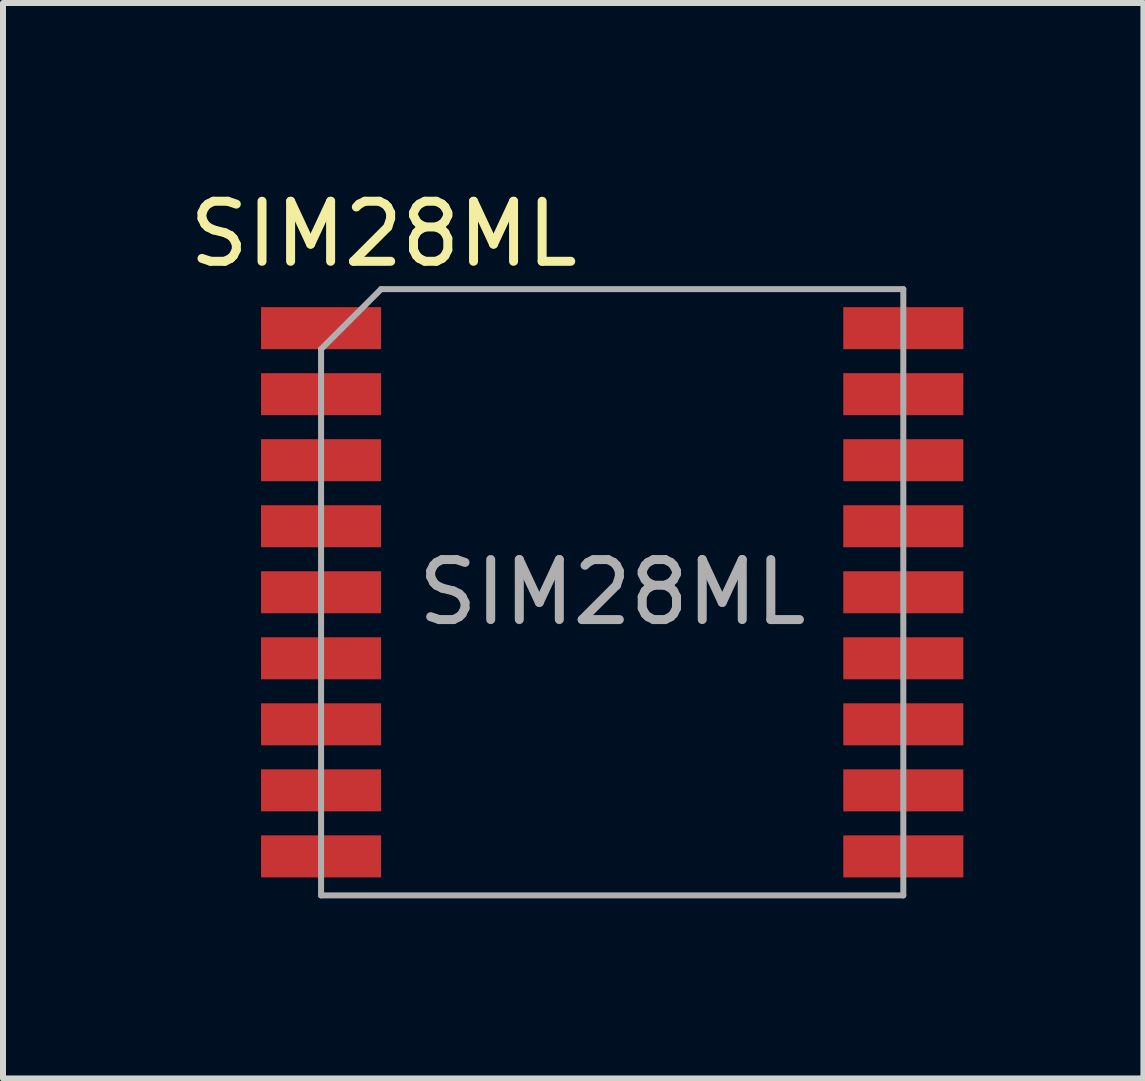
<source format=kicad_pcb>
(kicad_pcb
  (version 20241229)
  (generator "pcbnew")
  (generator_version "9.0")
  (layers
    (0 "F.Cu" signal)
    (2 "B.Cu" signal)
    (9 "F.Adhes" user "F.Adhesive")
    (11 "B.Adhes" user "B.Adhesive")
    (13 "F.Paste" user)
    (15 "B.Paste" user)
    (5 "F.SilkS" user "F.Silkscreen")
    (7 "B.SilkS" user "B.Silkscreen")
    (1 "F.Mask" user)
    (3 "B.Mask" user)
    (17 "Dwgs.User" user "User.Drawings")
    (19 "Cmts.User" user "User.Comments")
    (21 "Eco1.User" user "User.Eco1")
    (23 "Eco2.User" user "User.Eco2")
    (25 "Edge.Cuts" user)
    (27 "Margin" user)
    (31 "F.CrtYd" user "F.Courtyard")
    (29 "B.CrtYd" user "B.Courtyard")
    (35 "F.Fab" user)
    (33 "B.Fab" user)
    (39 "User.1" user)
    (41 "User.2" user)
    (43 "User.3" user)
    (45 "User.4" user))
  (footprint "SIM28ML"
    (layer "F.Cu")
    (at 7.149 6.817)
    (property "Reference" "SIM28ML" (at -3.81 -5.969 0) (layer "F.SilkS") (effects (font (size 1 1) (thickness 0.15))))
    (attr smd)
    (fp_line (start -4.85 5.05) (end -4.85 -4.05) (stroke (width 0.1) (type solid)) (layer "F.Fab"))
    (fp_line (start -3.85 -5.05) (end -4.85 -4.05) (stroke (width 0.1) (type solid)) (layer "F.Fab"))
    (fp_line (start -3.85 -5.05) (end 4.85 -5.05) (stroke (width 0.1) (type solid)) (layer "F.Fab"))
    (fp_line (start 4.85 -5.05) (end 4.85 5.05) (stroke (width 0.1) (type solid)) (layer "F.Fab"))
    (fp_line (start 4.85 5.05) (end -4.85 5.05) (stroke (width 0.1) (type solid)) (layer "F.Fab"))
    (fp_text user "${REFERENCE}" (at 0 0 0) (layer "F.Fab") (effects (font (size 1 1) (thickness 0.15))))
    (pad "1" smd rect (at -4.85 -4.4) (size 2 0.7) (layers "F.Cu" "F.Mask" "F.Paste"))
    (pad "2" smd rect (at -4.85 -3.3) (size 2 0.7) (layers "F.Cu" "F.Mask" "F.Paste"))
    (pad "3" smd rect (at -4.85 -2.2) (size 2 0.7) (layers "F.Cu" "F.Mask" "F.Paste"))
    (pad "4" smd rect (at -4.85 -1.1) (size 2 0.7) (layers "F.Cu" "F.Mask" "F.Paste"))
    (pad "5" smd rect (at -4.85 0) (size 2 0.7) (layers "F.Cu" "F.Mask" "F.Paste"))
    (pad "6" smd rect (at -4.85 1.1) (size 2 0.7) (layers "F.Cu" "F.Mask" "F.Paste"))
    (pad "7" smd rect (at -4.85 2.2) (size 2 0.7) (layers "F.Cu" "F.Mask" "F.Paste"))
    (pad "8" smd rect (at -4.85 3.3) (size 2 0.7) (layers "F.Cu" "F.Mask" "F.Paste"))
    (pad "9" smd rect (at -4.85 4.4) (size 2 0.7) (layers "F.Cu" "F.Mask" "F.Paste"))
    (pad "10" smd rect (at 4.85 4.4) (size 2 0.7) (layers "F.Cu" "F.Mask" "F.Paste"))
    (pad "11" smd rect (at 4.85 3.3) (size 2 0.7) (layers "F.Cu" "F.Mask" "F.Paste"))
    (pad "12" smd rect (at 4.85 2.2) (size 2 0.7) (layers "F.Cu" "F.Mask" "F.Paste"))
    (pad "13" smd rect (at 4.85 1.1) (size 2 0.7) (layers "F.Cu" "F.Mask" "F.Paste"))
    (pad "14" smd rect (at 4.85 0) (size 2 0.7) (layers "F.Cu" "F.Mask" "F.Paste"))
    (pad "15" smd rect (at 4.85 -1.1) (size 2 0.7) (layers "F.Cu" "F.Mask" "F.Paste"))
    (pad "16" smd rect (at 4.85 -2.2) (size 2 0.7) (layers "F.Cu" "F.Mask" "F.Paste"))
    (pad "17" smd rect (at 4.85 -3.3) (size 2 0.7) (layers "F.Cu" "F.Mask" "F.Paste"))
    (pad "18" smd rect (at 4.85 -4.4) (size 2 0.7) (layers "F.Cu" "F.Mask" "F.Paste")))
  (gr_rect
    (start -3 -3)
    (end 15.999 14.917)
    (stroke (width 0.1) (type default))
    (fill no)
    (layer "Edge.Cuts")))
</source>
